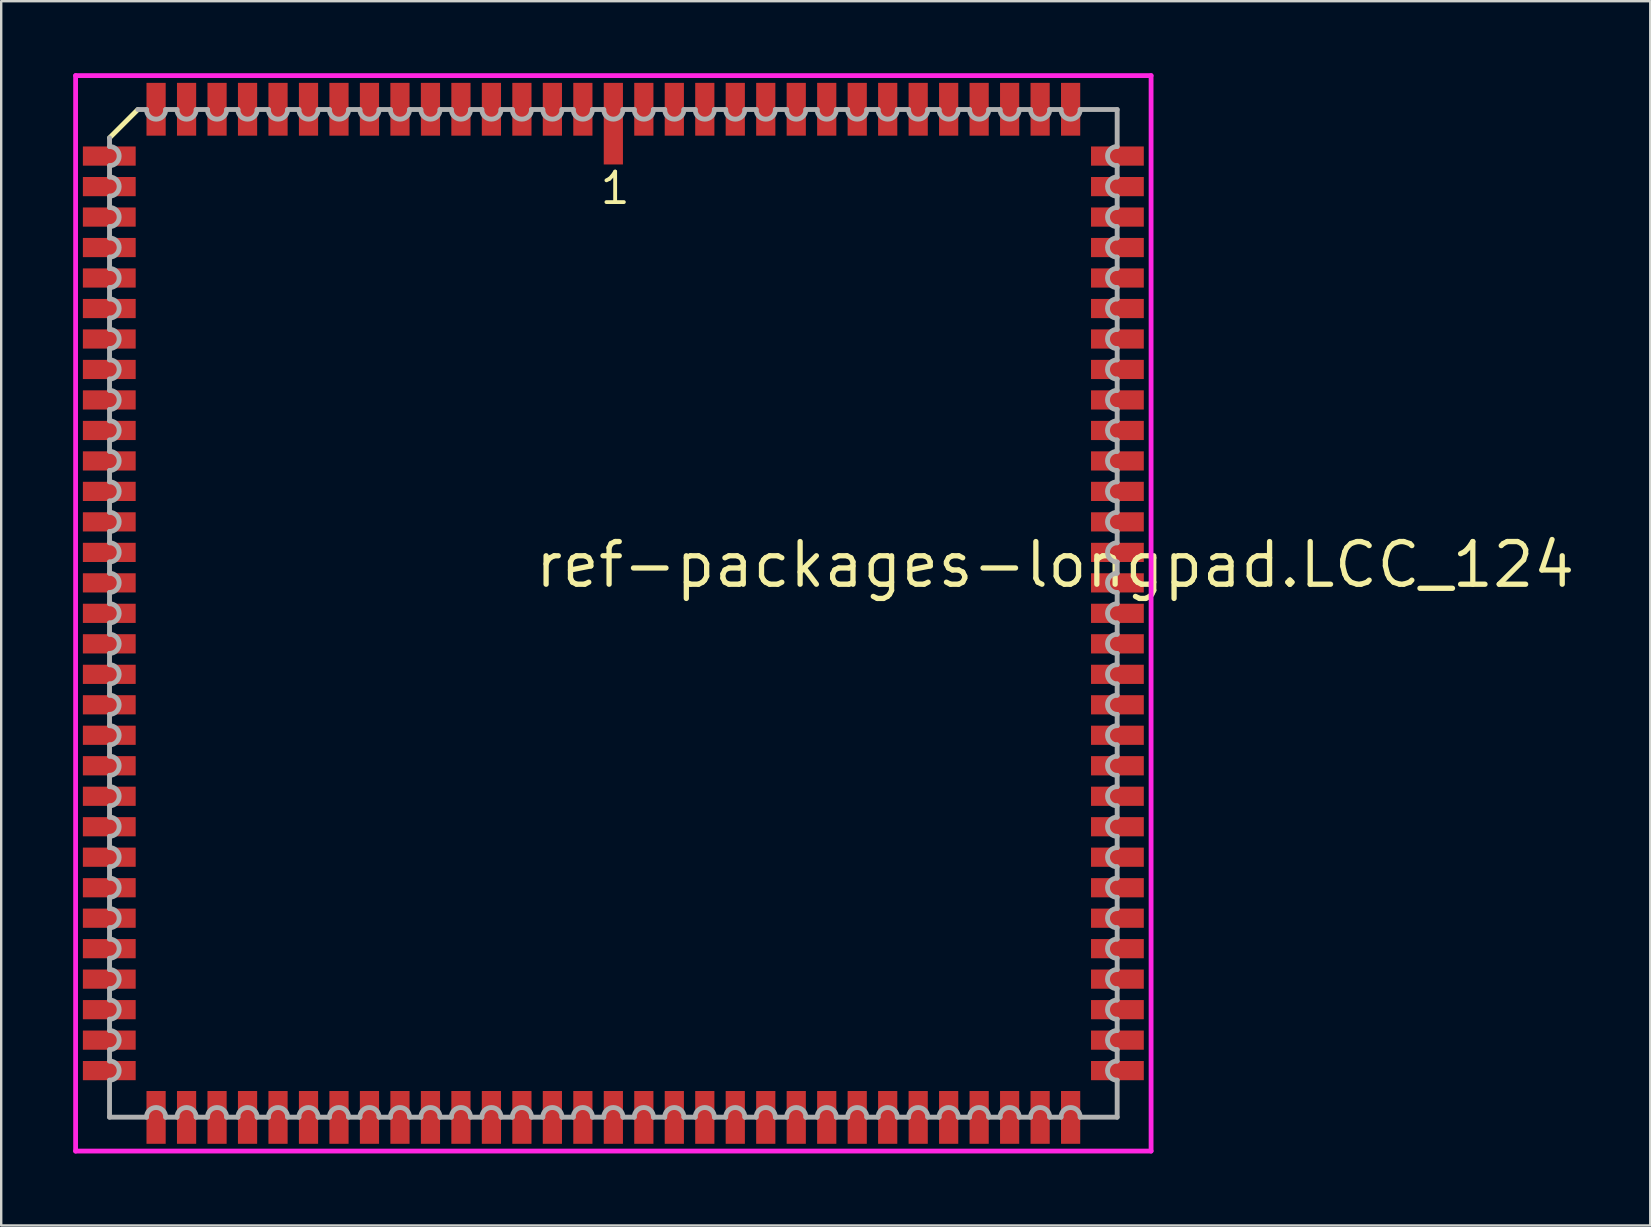
<source format=kicad_pcb>
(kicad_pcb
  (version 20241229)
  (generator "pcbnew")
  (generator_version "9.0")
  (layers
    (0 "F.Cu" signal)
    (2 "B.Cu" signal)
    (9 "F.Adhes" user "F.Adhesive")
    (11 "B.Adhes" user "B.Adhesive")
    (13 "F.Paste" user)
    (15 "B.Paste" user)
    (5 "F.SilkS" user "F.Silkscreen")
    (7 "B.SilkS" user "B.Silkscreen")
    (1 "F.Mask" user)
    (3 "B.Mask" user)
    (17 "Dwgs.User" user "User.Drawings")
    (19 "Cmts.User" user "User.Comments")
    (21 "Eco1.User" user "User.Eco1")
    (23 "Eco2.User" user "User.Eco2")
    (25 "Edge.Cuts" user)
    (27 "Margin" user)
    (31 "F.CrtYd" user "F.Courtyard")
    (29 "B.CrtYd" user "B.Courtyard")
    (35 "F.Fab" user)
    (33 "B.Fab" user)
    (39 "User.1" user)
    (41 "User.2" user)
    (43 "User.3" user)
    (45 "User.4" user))
  (footprint "ref-packages-longpad.LCC_124"
    (layer "F.Cu")
    (at 22.503 22.503)
    (property "Reference" "ref-packages-longpad.LCC_124" (at -3.37 -0.985 0) (layer "F.SilkS") (effects (font (size 1.778 1.778) (thickness 0.22)) (justify left bottom)))
    (attr smd)
    (fp_line (start -19.81 -20.99) (end -20.99 -19.81) (stroke (width 0.203) (type default)) (layer "F.SilkS"))
    (fp_line (start -22.403 -22.403) (end 22.403 -22.403) (stroke (width 0.2) (type default)) (layer "F.CrtYd"))
    (fp_line (start -22.403 22.403) (end -22.403 -22.403) (stroke (width 0.2) (type default)) (layer "F.CrtYd"))
    (fp_line (start 22.403 -22.403) (end 22.403 22.403) (stroke (width 0.2) (type default)) (layer "F.CrtYd"))
    (fp_line (start 22.403 22.403) (end -22.403 22.403) (stroke (width 0.2) (type default)) (layer "F.CrtYd"))
    (fp_line (start -20.99 -19.81) (end -20.99 -19.45) (stroke (width 0.203) (type default)) (layer "F.Fab"))
    (fp_line (start -20.99 -18.65) (end -20.99 -18.18) (stroke (width 0.203) (type default)) (layer "F.Fab"))
    (fp_line (start -20.99 -17.38) (end -20.99 -16.91) (stroke (width 0.203) (type default)) (layer "F.Fab"))
    (fp_line (start -20.99 -16.11) (end -20.99 -15.64) (stroke (width 0.203) (type default)) (layer "F.Fab"))
    (fp_line (start -20.99 -14.84) (end -20.99 -14.37) (stroke (width 0.203) (type default)) (layer "F.Fab"))
    (fp_line (start -20.99 -13.57) (end -20.99 -13.1) (stroke (width 0.203) (type default)) (layer "F.Fab"))
    (fp_line (start -20.99 -12.3) (end -20.99 -11.83) (stroke (width 0.203) (type default)) (layer "F.Fab"))
    (fp_line (start -20.99 -11.03) (end -20.99 -10.56) (stroke (width 0.203) (type default)) (layer "F.Fab"))
    (fp_line (start -20.99 -9.76) (end -20.99 -9.29) (stroke (width 0.203) (type default)) (layer "F.Fab"))
    (fp_line (start -20.99 -8.49) (end -20.99 -8.02) (stroke (width 0.203) (type default)) (layer "F.Fab"))
    (fp_line (start -20.99 -7.22) (end -20.99 -6.75) (stroke (width 0.203) (type default)) (layer "F.Fab"))
    (fp_line (start -20.99 -5.95) (end -20.99 -5.48) (stroke (width 0.203) (type default)) (layer "F.Fab"))
    (fp_line (start -20.99 -4.68) (end -20.99 -4.21) (stroke (width 0.203) (type default)) (layer "F.Fab"))
    (fp_line (start -20.99 -3.41) (end -20.99 -2.94) (stroke (width 0.203) (type default)) (layer "F.Fab"))
    (fp_line (start -20.99 -2.14) (end -20.99 -1.67) (stroke (width 0.203) (type default)) (layer "F.Fab"))
    (fp_line (start -20.99 -0.87) (end -20.99 -0.4) (stroke (width 0.203) (type default)) (layer "F.Fab"))
    (fp_line (start -20.99 0.4) (end -20.99 0.87) (stroke (width 0.203) (type default)) (layer "F.Fab"))
    (fp_line (start -20.99 1.67) (end -20.99 2.14) (stroke (width 0.203) (type default)) (layer "F.Fab"))
    (fp_line (start -20.99 2.94) (end -20.99 3.41) (stroke (width 0.203) (type default)) (layer "F.Fab"))
    (fp_line (start -20.99 4.21) (end -20.99 4.68) (stroke (width 0.203) (type default)) (layer "F.Fab"))
    (fp_line (start -20.99 5.48) (end -20.99 5.95) (stroke (width 0.203) (type default)) (layer "F.Fab"))
    (fp_line (start -20.99 6.75) (end -20.99 7.22) (stroke (width 0.203) (type default)) (layer "F.Fab"))
    (fp_line (start -20.99 8.02) (end -20.99 8.49) (stroke (width 0.203) (type default)) (layer "F.Fab"))
    (fp_line (start -20.99 9.29) (end -20.99 9.76) (stroke (width 0.203) (type default)) (layer "F.Fab"))
    (fp_line (start -20.99 10.56) (end -20.99 11.03) (stroke (width 0.203) (type default)) (layer "F.Fab"))
    (fp_line (start -20.99 11.83) (end -20.99 12.3) (stroke (width 0.203) (type default)) (layer "F.Fab"))
    (fp_line (start -20.99 13.1) (end -20.99 13.57) (stroke (width 0.203) (type default)) (layer "F.Fab"))
    (fp_line (start -20.99 14.37) (end -20.99 14.84) (stroke (width 0.203) (type default)) (layer "F.Fab"))
    (fp_line (start -20.99 15.64) (end -20.99 16.11) (stroke (width 0.203) (type default)) (layer "F.Fab"))
    (fp_line (start -20.99 16.91) (end -20.99 17.38) (stroke (width 0.203) (type default)) (layer "F.Fab"))
    (fp_line (start -20.99 18.18) (end -20.99 18.65) (stroke (width 0.203) (type default)) (layer "F.Fab"))
    (fp_line (start -20.99 19.45) (end -20.99 20.99) (stroke (width 0.203) (type default)) (layer "F.Fab"))
    (fp_line (start -20.99 20.99) (end -19.45 20.99) (stroke (width 0.203) (type default)) (layer "F.Fab"))
    (fp_line (start -19.45 -20.99) (end -19.81 -20.99) (stroke (width 0.203) (type default)) (layer "F.Fab"))
    (fp_line (start -18.65 20.99) (end -18.18 20.99) (stroke (width 0.203) (type default)) (layer "F.Fab"))
    (fp_line (start -18.18 -20.99) (end -18.65 -20.99) (stroke (width 0.203) (type default)) (layer "F.Fab"))
    (fp_line (start -17.38 20.99) (end -16.91 20.99) (stroke (width 0.203) (type default)) (layer "F.Fab"))
    (fp_line (start -16.91 -20.99) (end -17.38 -20.99) (stroke (width 0.203) (type default)) (layer "F.Fab"))
    (fp_line (start -16.11 20.99) (end -15.64 20.99) (stroke (width 0.203) (type default)) (layer "F.Fab"))
    (fp_line (start -15.64 -20.99) (end -16.11 -20.99) (stroke (width 0.203) (type default)) (layer "F.Fab"))
    (fp_line (start -14.84 20.99) (end -14.37 20.99) (stroke (width 0.203) (type default)) (layer "F.Fab"))
    (fp_line (start -14.37 -20.99) (end -14.84 -20.99) (stroke (width 0.203) (type default)) (layer "F.Fab"))
    (fp_line (start -13.57 20.99) (end -13.1 20.99) (stroke (width 0.203) (type default)) (layer "F.Fab"))
    (fp_line (start -13.1 -20.99) (end -13.57 -20.99) (stroke (width 0.203) (type default)) (layer "F.Fab"))
    (fp_line (start -12.3 20.99) (end -11.83 20.99) (stroke (width 0.203) (type default)) (layer "F.Fab"))
    (fp_line (start -11.83 -20.99) (end -12.3 -20.99) (stroke (width 0.203) (type default)) (layer "F.Fab"))
    (fp_line (start -11.03 20.99) (end -10.56 20.99) (stroke (width 0.203) (type default)) (layer "F.Fab"))
    (fp_line (start -10.56 -20.99) (end -11.03 -20.99) (stroke (width 0.203) (type default)) (layer "F.Fab"))
    (fp_line (start -9.76 20.99) (end -9.29 20.99) (stroke (width 0.203) (type default)) (layer "F.Fab"))
    (fp_line (start -9.29 -20.99) (end -9.76 -20.99) (stroke (width 0.203) (type default)) (layer "F.Fab"))
    (fp_line (start -8.49 20.99) (end -8.02 20.99) (stroke (width 0.203) (type default)) (layer "F.Fab"))
    (fp_line (start -8.02 -20.99) (end -8.49 -20.99) (stroke (width 0.203) (type default)) (layer "F.Fab"))
    (fp_line (start -7.22 20.99) (end -6.75 20.99) (stroke (width 0.203) (type default)) (layer "F.Fab"))
    (fp_line (start -6.75 -20.99) (end -7.22 -20.99) (stroke (width 0.203) (type default)) (layer "F.Fab"))
    (fp_line (start -5.95 20.99) (end -5.48 20.99) (stroke (width 0.203) (type default)) (layer "F.Fab"))
    (fp_line (start -5.48 -20.99) (end -5.95 -20.99) (stroke (width 0.203) (type default)) (layer "F.Fab"))
    (fp_line (start -4.68 20.99) (end -4.21 20.99) (stroke (width 0.203) (type default)) (layer "F.Fab"))
    (fp_line (start -4.21 -20.99) (end -4.68 -20.99) (stroke (width 0.203) (type default)) (layer "F.Fab"))
    (fp_line (start -3.41 20.99) (end -2.94 20.99) (stroke (width 0.203) (type default)) (layer "F.Fab"))
    (fp_line (start -2.94 -20.99) (end -3.41 -20.99) (stroke (width 0.203) (type default)) (layer "F.Fab"))
    (fp_line (start -2.14 20.99) (end -1.67 20.99) (stroke (width 0.203) (type default)) (layer "F.Fab"))
    (fp_line (start -1.67 -20.99) (end -2.14 -20.99) (stroke (width 0.203) (type default)) (layer "F.Fab"))
    (fp_line (start -0.87 20.99) (end -0.4 20.99) (stroke (width 0.203) (type default)) (layer "F.Fab"))
    (fp_line (start -0.4 -20.99) (end -0.87 -20.99) (stroke (width 0.203) (type default)) (layer "F.Fab"))
    (fp_line (start 0.4 20.99) (end 0.87 20.99) (stroke (width 0.203) (type default)) (layer "F.Fab"))
    (fp_line (start 0.87 -20.99) (end 0.4 -20.99) (stroke (width 0.203) (type default)) (layer "F.Fab"))
    (fp_line (start 1.67 20.99) (end 2.14 20.99) (stroke (width 0.203) (type default)) (layer "F.Fab"))
    (fp_line (start 2.14 -20.99) (end 1.67 -20.99) (stroke (width 0.203) (type default)) (layer "F.Fab"))
    (fp_line (start 2.94 20.99) (end 3.41 20.99) (stroke (width 0.203) (type default)) (layer "F.Fab"))
    (fp_line (start 3.41 -20.99) (end 2.94 -20.99) (stroke (width 0.203) (type default)) (layer "F.Fab"))
    (fp_line (start 4.21 20.99) (end 4.68 20.99) (stroke (width 0.203) (type default)) (layer "F.Fab"))
    (fp_line (start 4.68 -20.99) (end 4.21 -20.99) (stroke (width 0.203) (type default)) (layer "F.Fab"))
    (fp_line (start 5.48 20.99) (end 5.95 20.99) (stroke (width 0.203) (type default)) (layer "F.Fab"))
    (fp_line (start 5.95 -20.99) (end 5.48 -20.99) (stroke (width 0.203) (type default)) (layer "F.Fab"))
    (fp_line (start 6.75 20.99) (end 7.22 20.99) (stroke (width 0.203) (type default)) (layer "F.Fab"))
    (fp_line (start 7.22 -20.99) (end 6.75 -20.99) (stroke (width 0.203) (type default)) (layer "F.Fab"))
    (fp_line (start 8.02 20.99) (end 8.49 20.99) (stroke (width 0.203) (type default)) (layer "F.Fab"))
    (fp_line (start 8.49 -20.99) (end 8.02 -20.99) (stroke (width 0.203) (type default)) (layer "F.Fab"))
    (fp_line (start 9.29 20.99) (end 9.76 20.99) (stroke (width 0.203) (type default)) (layer "F.Fab"))
    (fp_line (start 9.76 -20.99) (end 9.29 -20.99) (stroke (width 0.203) (type default)) (layer "F.Fab"))
    (fp_line (start 10.56 20.99) (end 11.03 20.99) (stroke (width 0.203) (type default)) (layer "F.Fab"))
    (fp_line (start 11.03 -20.99) (end 10.56 -20.99) (stroke (width 0.203) (type default)) (layer "F.Fab"))
    (fp_line (start 11.83 20.99) (end 12.3 20.99) (stroke (width 0.203) (type default)) (layer "F.Fab"))
    (fp_line (start 12.3 -20.99) (end 11.83 -20.99) (stroke (width 0.203) (type default)) (layer "F.Fab"))
    (fp_line (start 13.1 20.99) (end 13.57 20.99) (stroke (width 0.203) (type default)) (layer "F.Fab"))
    (fp_line (start 13.57 -20.99) (end 13.1 -20.99) (stroke (width 0.203) (type default)) (layer "F.Fab"))
    (fp_line (start 14.37 20.99) (end 14.84 20.99) (stroke (width 0.203) (type default)) (layer "F.Fab"))
    (fp_line (start 14.84 -20.99) (end 14.37 -20.99) (stroke (width 0.203) (type default)) (layer "F.Fab"))
    (fp_line (start 15.64 20.99) (end 16.11 20.99) (stroke (width 0.203) (type default)) (layer "F.Fab"))
    (fp_line (start 16.11 -20.99) (end 15.64 -20.99) (stroke (width 0.203) (type default)) (layer "F.Fab"))
    (fp_line (start 16.91 20.99) (end 17.38 20.99) (stroke (width 0.203) (type default)) (layer "F.Fab"))
    (fp_line (start 17.38 -20.99) (end 16.91 -20.99) (stroke (width 0.203) (type default)) (layer "F.Fab"))
    (fp_line (start 18.18 20.99) (end 18.65 20.99) (stroke (width 0.203) (type default)) (layer "F.Fab"))
    (fp_line (start 18.65 -20.99) (end 18.18 -20.99) (stroke (width 0.203) (type default)) (layer "F.Fab"))
    (fp_line (start 19.45 20.99) (end 20.99 20.99) (stroke (width 0.203) (type default)) (layer "F.Fab"))
    (fp_line (start 20.99 -20.99) (end 19.45 -20.99) (stroke (width 0.203) (type default)) (layer "F.Fab"))
    (fp_line (start 20.99 -19.45) (end 20.99 -20.99) (stroke (width 0.203) (type default)) (layer "F.Fab"))
    (fp_line (start 20.99 -18.18) (end 20.99 -18.65) (stroke (width 0.203) (type default)) (layer "F.Fab"))
    (fp_line (start 20.99 -16.91) (end 20.99 -17.38) (stroke (width 0.203) (type default)) (layer "F.Fab"))
    (fp_line (start 20.99 -15.64) (end 20.99 -16.11) (stroke (width 0.203) (type default)) (layer "F.Fab"))
    (fp_line (start 20.99 -14.37) (end 20.99 -14.84) (stroke (width 0.203) (type default)) (layer "F.Fab"))
    (fp_line (start 20.99 -13.1) (end 20.99 -13.57) (stroke (width 0.203) (type default)) (layer "F.Fab"))
    (fp_line (start 20.99 -11.83) (end 20.99 -12.3) (stroke (width 0.203) (type default)) (layer "F.Fab"))
    (fp_line (start 20.99 -10.56) (end 20.99 -11.03) (stroke (width 0.203) (type default)) (layer "F.Fab"))
    (fp_line (start 20.99 -9.29) (end 20.99 -9.76) (stroke (width 0.203) (type default)) (layer "F.Fab"))
    (fp_line (start 20.99 -8.02) (end 20.99 -8.49) (stroke (width 0.203) (type default)) (layer "F.Fab"))
    (fp_line (start 20.99 -6.75) (end 20.99 -7.22) (stroke (width 0.203) (type default)) (layer "F.Fab"))
    (fp_line (start 20.99 -5.48) (end 20.99 -5.95) (stroke (width 0.203) (type default)) (layer "F.Fab"))
    (fp_line (start 20.99 -4.21) (end 20.99 -4.68) (stroke (width 0.203) (type default)) (layer "F.Fab"))
    (fp_line (start 20.99 -2.94) (end 20.99 -3.41) (stroke (width 0.203) (type default)) (layer "F.Fab"))
    (fp_line (start 20.99 -1.67) (end 20.99 -2.14) (stroke (width 0.203) (type default)) (layer "F.Fab"))
    (fp_line (start 20.99 -0.4) (end 20.99 -0.87) (stroke (width 0.203) (type default)) (layer "F.Fab"))
    (fp_line (start 20.99 0.87) (end 20.99 0.4) (stroke (width 0.203) (type default)) (layer "F.Fab"))
    (fp_line (start 20.99 2.14) (end 20.99 1.67) (stroke (width 0.203) (type default)) (layer "F.Fab"))
    (fp_line (start 20.99 3.41) (end 20.99 2.94) (stroke (width 0.203) (type default)) (layer "F.Fab"))
    (fp_line (start 20.99 4.68) (end 20.99 4.21) (stroke (width 0.203) (type default)) (layer "F.Fab"))
    (fp_line (start 20.99 5.95) (end 20.99 5.48) (stroke (width 0.203) (type default)) (layer "F.Fab"))
    (fp_line (start 20.99 7.22) (end 20.99 6.75) (stroke (width 0.203) (type default)) (layer "F.Fab"))
    (fp_line (start 20.99 8.49) (end 20.99 8.02) (stroke (width 0.203) (type default)) (layer "F.Fab"))
    (fp_line (start 20.99 9.76) (end 20.99 9.29) (stroke (width 0.203) (type default)) (layer "F.Fab"))
    (fp_line (start 20.99 11.03) (end 20.99 10.56) (stroke (width 0.203) (type default)) (layer "F.Fab"))
    (fp_line (start 20.99 12.3) (end 20.99 11.83) (stroke (width 0.203) (type default)) (layer "F.Fab"))
    (fp_line (start 20.99 13.57) (end 20.99 13.1) (stroke (width 0.203) (type default)) (layer "F.Fab"))
    (fp_line (start 20.99 14.84) (end 20.99 14.37) (stroke (width 0.203) (type default)) (layer "F.Fab"))
    (fp_line (start 20.99 16.11) (end 20.99 15.64) (stroke (width 0.203) (type default)) (layer "F.Fab"))
    (fp_line (start 20.99 17.38) (end 20.99 16.91) (stroke (width 0.203) (type default)) (layer "F.Fab"))
    (fp_line (start 20.99 18.65) (end 20.99 18.18) (stroke (width 0.203) (type default)) (layer "F.Fab"))
    (fp_line (start 20.99 20.99) (end 20.99 19.45) (stroke (width 0.203) (type default)) (layer "F.Fab"))
    (fp_arc (start -20.9883 -19.45) (mid -20.5883 -19.05) (end -20.9883 -18.65) (stroke (width 0.2032) (type default)) (layer "F.Fab"))
    (fp_arc (start -20.9883 -18.18) (mid -20.5883 -17.78) (end -20.9883 -17.38) (stroke (width 0.2032) (type default)) (layer "F.Fab"))
    (fp_arc (start -20.9883 -16.91) (mid -20.5883 -16.51) (end -20.9883 -16.11) (stroke (width 0.2032) (type default)) (layer "F.Fab"))
    (fp_arc (start -20.9883 -15.64) (mid -20.5883 -15.24) (end -20.9883 -14.84) (stroke (width 0.2032) (type default)) (layer "F.Fab"))
    (fp_arc (start -20.9883 -14.37) (mid -20.5883 -13.97) (end -20.9883 -13.57) (stroke (width 0.2032) (type default)) (layer "F.Fab"))
    (fp_arc (start -20.9883 -13.1) (mid -20.5883 -12.7) (end -20.9883 -12.3) (stroke (width 0.2032) (type default)) (layer "F.Fab"))
    (fp_arc (start -20.9883 -11.83) (mid -20.5883 -11.43) (end -20.9883 -11.03) (stroke (width 0.2032) (type default)) (layer "F.Fab"))
    (fp_arc (start -20.9883 -10.56) (mid -20.5883 -10.16) (end -20.9883 -9.76) (stroke (width 0.2032) (type default)) (layer "F.Fab"))
    (fp_arc (start -20.9883 -9.29) (mid -20.5883 -8.89) (end -20.9883 -8.49) (stroke (width 0.2032) (type default)) (layer "F.Fab"))
    (fp_arc (start -20.9883 -8.02) (mid -20.5883 -7.62) (end -20.9883 -7.22) (stroke (width 0.2032) (type default)) (layer "F.Fab"))
    (fp_arc (start -20.9883 -6.75) (mid -20.5883 -6.35) (end -20.9883 -5.95) (stroke (width 0.2032) (type default)) (layer "F.Fab"))
    (fp_arc (start -20.9883 -5.48) (mid -20.5883 -5.08) (end -20.9883 -4.68) (stroke (width 0.2032) (type default)) (layer "F.Fab"))
    (fp_arc (start -20.9883 -4.21) (mid -20.5883 -3.81) (end -20.9883 -3.41) (stroke (width 0.2032) (type default)) (layer "F.Fab"))
    (fp_arc (start -20.9883 -2.94) (mid -20.5883 -2.54) (end -20.9883 -2.14) (stroke (width 0.2032) (type default)) (layer "F.Fab"))
    (fp_arc (start -20.9883 -1.67) (mid -20.5883 -1.27) (end -20.9883 -0.87) (stroke (width 0.2032) (type default)) (layer "F.Fab"))
    (fp_arc (start -20.9883 -0.4001) (mid -20.5882 0) (end -20.9883 0.4001) (stroke (width 0.2032) (type default)) (layer "F.Fab"))
    (fp_arc (start -20.9883 0.8699) (mid -20.5882 1.27) (end -20.9883 1.6701) (stroke (width 0.2032) (type default)) (layer "F.Fab"))
    (fp_arc (start -20.9883 2.1399) (mid -20.5882 2.54) (end -20.9883 2.9401) (stroke (width 0.2032) (type default)) (layer "F.Fab"))
    (fp_arc (start -20.9883 3.4099) (mid -20.5882 3.81) (end -20.9883 4.2101) (stroke (width 0.2032) (type default)) (layer "F.Fab"))
    (fp_arc (start -20.9883 4.6799) (mid -20.5882 5.08) (end -20.9883 5.4801) (stroke (width 0.2032) (type default)) (layer "F.Fab"))
    (fp_arc (start -20.9883 5.9499) (mid -20.5882 6.35) (end -20.9883 6.7501) (stroke (width 0.2032) (type default)) (layer "F.Fab"))
    (fp_arc (start -20.9883 7.2199) (mid -20.5882 7.62) (end -20.9883 8.0201) (stroke (width 0.2032) (type default)) (layer "F.Fab"))
    (fp_arc (start -20.9883 8.4899) (mid -20.5882 8.89) (end -20.9883 9.2901) (stroke (width 0.2032) (type default)) (layer "F.Fab"))
    (fp_arc (start -20.9883 9.7599) (mid -20.5882 10.16) (end -20.9883 10.5601) (stroke (width 0.2032) (type default)) (layer "F.Fab"))
    (fp_arc (start -20.9883 11.0299) (mid -20.5882 11.43) (end -20.9883 11.8301) (stroke (width 0.2032) (type default)) (layer "F.Fab"))
    (fp_arc (start -20.9883 12.2999) (mid -20.5882 12.7) (end -20.9883 13.1001) (stroke (width 0.2032) (type default)) (layer "F.Fab"))
    (fp_arc (start -20.9883 13.5699) (mid -20.5882 13.97) (end -20.9883 14.3701) (stroke (width 0.2032) (type default)) (layer "F.Fab"))
    (fp_arc (start -20.9883 14.8399) (mid -20.5882 15.24) (end -20.9883 15.6401) (stroke (width 0.2032) (type default)) (layer "F.Fab"))
    (fp_arc (start -20.9883 16.1099) (mid -20.5882 16.51) (end -20.9883 16.9101) (stroke (width 0.2032) (type default)) (layer "F.Fab"))
    (fp_arc (start -20.9883 17.3799) (mid -20.5882 17.78) (end -20.9883 18.1801) (stroke (width 0.2032) (type default)) (layer "F.Fab"))
    (fp_arc (start -20.9883 18.6499) (mid -20.5882 19.05) (end -20.9883 19.4501) (stroke (width 0.2032) (type default)) (layer "F.Fab"))
    (fp_arc (start -19.4501 20.9883) (mid -19.05 20.5882) (end -18.6499 20.9883) (stroke (width 0.2032) (type default)) (layer "F.Fab"))
    (fp_arc (start -18.6499 -20.9883) (mid -19.05 -20.5882) (end -19.4501 -20.9883) (stroke (width 0.2032) (type default)) (layer "F.Fab"))
    (fp_arc (start -18.1801 20.9883) (mid -17.78 20.5882) (end -17.3799 20.9883) (stroke (width 0.2032) (type default)) (layer "F.Fab"))
    (fp_arc (start -17.3799 -20.9883) (mid -17.78 -20.5882) (end -18.1801 -20.9883) (stroke (width 0.2032) (type default)) (layer "F.Fab"))
    (fp_arc (start -16.9101 20.9883) (mid -16.51 20.5882) (end -16.1099 20.9883) (stroke (width 0.2032) (type default)) (layer "F.Fab"))
    (fp_arc (start -16.1099 -20.9883) (mid -16.51 -20.5882) (end -16.9101 -20.9883) (stroke (width 0.2032) (type default)) (layer "F.Fab"))
    (fp_arc (start -15.6401 20.9883) (mid -15.24 20.5882) (end -14.8399 20.9883) (stroke (width 0.2032) (type default)) (layer "F.Fab"))
    (fp_arc (start -14.8399 -20.9883) (mid -15.24 -20.5882) (end -15.6401 -20.9883) (stroke (width 0.2032) (type default)) (layer "F.Fab"))
    (fp_arc (start -14.3701 20.9883) (mid -13.97 20.5882) (end -13.5699 20.9883) (stroke (width 0.2032) (type default)) (layer "F.Fab"))
    (fp_arc (start -13.5699 -20.9883) (mid -13.97 -20.5882) (end -14.3701 -20.9883) (stroke (width 0.2032) (type default)) (layer "F.Fab"))
    (fp_arc (start -13.1001 20.9883) (mid -12.7 20.5882) (end -12.2999 20.9883) (stroke (width 0.2032) (type default)) (layer "F.Fab"))
    (fp_arc (start -12.2999 -20.9883) (mid -12.7 -20.5882) (end -13.1001 -20.9883) (stroke (width 0.2032) (type default)) (layer "F.Fab"))
    (fp_arc (start -11.8301 20.9883) (mid -11.43 20.5882) (end -11.0299 20.9883) (stroke (width 0.2032) (type default)) (layer "F.Fab"))
    (fp_arc (start -11.0299 -20.9883) (mid -11.43 -20.5882) (end -11.8301 -20.9883) (stroke (width 0.2032) (type default)) (layer "F.Fab"))
    (fp_arc (start -10.5601 20.9883) (mid -10.16 20.5882) (end -9.7599 20.9883) (stroke (width 0.2032) (type default)) (layer "F.Fab"))
    (fp_arc (start -9.7599 -20.9883) (mid -10.16 -20.5882) (end -10.5601 -20.9883) (stroke (width 0.2032) (type default)) (layer "F.Fab"))
    (fp_arc (start -9.2901 20.9883) (mid -8.89 20.5882) (end -8.4899 20.9883) (stroke (width 0.2032) (type default)) (layer "F.Fab"))
    (fp_arc (start -8.4899 -20.9883) (mid -8.89 -20.5882) (end -9.2901 -20.9883) (stroke (width 0.2032) (type default)) (layer "F.Fab"))
    (fp_arc (start -8.0201 20.9883) (mid -7.62 20.5882) (end -7.2199 20.9883) (stroke (width 0.2032) (type default)) (layer "F.Fab"))
    (fp_arc (start -7.2199 -20.9883) (mid -7.62 -20.5882) (end -8.0201 -20.9883) (stroke (width 0.2032) (type default)) (layer "F.Fab"))
    (fp_arc (start -6.7501 20.9883) (mid -6.35 20.5882) (end -5.9499 20.9883) (stroke (width 0.2032) (type default)) (layer "F.Fab"))
    (fp_arc (start -5.9499 -20.9883) (mid -6.35 -20.5882) (end -6.7501 -20.9883) (stroke (width 0.2032) (type default)) (layer "F.Fab"))
    (fp_arc (start -5.4801 20.9883) (mid -5.08 20.5882) (end -4.6799 20.9883) (stroke (width 0.2032) (type default)) (layer "F.Fab"))
    (fp_arc (start -4.6799 -20.9883) (mid -5.08 -20.5882) (end -5.4801 -20.9883) (stroke (width 0.2032) (type default)) (layer "F.Fab"))
    (fp_arc (start -4.2101 20.9883) (mid -3.81 20.5882) (end -3.4099 20.9883) (stroke (width 0.2032) (type default)) (layer "F.Fab"))
    (fp_arc (start -3.4099 -20.9883) (mid -3.81 -20.5882) (end -4.2101 -20.9883) (stroke (width 0.2032) (type default)) (layer "F.Fab"))
    (fp_arc (start -2.9401 20.9883) (mid -2.54 20.5882) (end -2.1399 20.9883) (stroke (width 0.2032) (type default)) (layer "F.Fab"))
    (fp_arc (start -2.1399 -20.9883) (mid -2.54 -20.5882) (end -2.9401 -20.9883) (stroke (width 0.2032) (type default)) (layer "F.Fab"))
    (fp_arc (start -1.6701 20.9883) (mid -1.27 20.5882) (end -0.8699 20.9883) (stroke (width 0.2032) (type default)) (layer "F.Fab"))
    (fp_arc (start -0.8699 -20.9883) (mid -1.27 -20.5882) (end -1.6701 -20.9883) (stroke (width 0.2032) (type default)) (layer "F.Fab"))
    (fp_arc (start -0.4001 20.9883) (mid 0 20.5882) (end 0.4001 20.9883) (stroke (width 0.2032) (type default)) (layer "F.Fab"))
    (fp_arc (start 0.4001 -20.9883) (mid 0 -20.5882) (end -0.4001 -20.9883) (stroke (width 0.2032) (type default)) (layer "F.Fab"))
    (fp_arc (start 0.87 20.9883) (mid 1.27 20.5883) (end 1.67 20.9883) (stroke (width 0.2032) (type default)) (layer "F.Fab"))
    (fp_arc (start 1.67 -20.9883) (mid 1.27 -20.5883) (end 0.87 -20.9883) (stroke (width 0.2032) (type default)) (layer "F.Fab"))
    (fp_arc (start 2.14 20.9883) (mid 2.54 20.5883) (end 2.94 20.9883) (stroke (width 0.2032) (type default)) (layer "F.Fab"))
    (fp_arc (start 2.94 -20.9883) (mid 2.54 -20.5883) (end 2.14 -20.9883) (stroke (width 0.2032) (type default)) (layer "F.Fab"))
    (fp_arc (start 3.41 20.9883) (mid 3.81 20.5883) (end 4.21 20.9883) (stroke (width 0.2032) (type default)) (layer "F.Fab"))
    (fp_arc (start 4.21 -20.9883) (mid 3.81 -20.5883) (end 3.41 -20.9883) (stroke (width 0.2032) (type default)) (layer "F.Fab"))
    (fp_arc (start 4.68 20.9883) (mid 5.08 20.5883) (end 5.48 20.9883) (stroke (width 0.2032) (type default)) (layer "F.Fab"))
    (fp_arc (start 5.48 -20.9883) (mid 5.08 -20.5883) (end 4.68 -20.9883) (stroke (width 0.2032) (type default)) (layer "F.Fab"))
    (fp_arc (start 5.95 20.9883) (mid 6.35 20.5883) (end 6.75 20.9883) (stroke (width 0.2032) (type default)) (layer "F.Fab"))
    (fp_arc (start 6.75 -20.9883) (mid 6.35 -20.5883) (end 5.95 -20.9883) (stroke (width 0.2032) (type default)) (layer "F.Fab"))
    (fp_arc (start 7.22 20.9883) (mid 7.62 20.5883) (end 8.02 20.9883) (stroke (width 0.2032) (type default)) (layer "F.Fab"))
    (fp_arc (start 8.02 -20.9883) (mid 7.62 -20.5883) (end 7.22 -20.9883) (stroke (width 0.2032) (type default)) (layer "F.Fab"))
    (fp_arc (start 8.49 20.9883) (mid 8.89 20.5883) (end 9.29 20.9883) (stroke (width 0.2032) (type default)) (layer "F.Fab"))
    (fp_arc (start 9.29 -20.9883) (mid 8.89 -20.5883) (end 8.49 -20.9883) (stroke (width 0.2032) (type default)) (layer "F.Fab"))
    (fp_arc (start 9.76 20.9883) (mid 10.16 20.5883) (end 10.56 20.9883) (stroke (width 0.2032) (type default)) (layer "F.Fab"))
    (fp_arc (start 10.56 -20.9883) (mid 10.16 -20.5883) (end 9.76 -20.9883) (stroke (width 0.2032) (type default)) (layer "F.Fab"))
    (fp_arc (start 11.03 20.9883) (mid 11.43 20.5883) (end 11.83 20.9883) (stroke (width 0.2032) (type default)) (layer "F.Fab"))
    (fp_arc (start 11.83 -20.9883) (mid 11.43 -20.5883) (end 11.03 -20.9883) (stroke (width 0.2032) (type default)) (layer "F.Fab"))
    (fp_arc (start 12.3 20.9883) (mid 12.7 20.5883) (end 13.1 20.9883) (stroke (width 0.2032) (type default)) (layer "F.Fab"))
    (fp_arc (start 13.1 -20.9883) (mid 12.7 -20.5883) (end 12.3 -20.9883) (stroke (width 0.2032) (type default)) (layer "F.Fab"))
    (fp_arc (start 13.57 20.9883) (mid 13.97 20.5883) (end 14.37 20.9883) (stroke (width 0.2032) (type default)) (layer "F.Fab"))
    (fp_arc (start 14.37 -20.9883) (mid 13.97 -20.5883) (end 13.57 -20.9883) (stroke (width 0.2032) (type default)) (layer "F.Fab"))
    (fp_arc (start 14.84 20.9883) (mid 15.24 20.5883) (end 15.64 20.9883) (stroke (width 0.2032) (type default)) (layer "F.Fab"))
    (fp_arc (start 15.64 -20.9883) (mid 15.24 -20.5883) (end 14.84 -20.9883) (stroke (width 0.2032) (type default)) (layer "F.Fab"))
    (fp_arc (start 16.11 20.9883) (mid 16.51 20.5883) (end 16.91 20.9883) (stroke (width 0.2032) (type default)) (layer "F.Fab"))
    (fp_arc (start 16.91 -20.9883) (mid 16.51 -20.5883) (end 16.11 -20.9883) (stroke (width 0.2032) (type default)) (layer "F.Fab"))
    (fp_arc (start 17.38 20.9883) (mid 17.78 20.5883) (end 18.18 20.9883) (stroke (width 0.2032) (type default)) (layer "F.Fab"))
    (fp_arc (start 18.18 -20.9883) (mid 17.78 -20.5883) (end 17.38 -20.9883) (stroke (width 0.2032) (type default)) (layer "F.Fab"))
    (fp_arc (start 18.65 20.9883) (mid 19.05 20.5883) (end 19.45 20.9883) (stroke (width 0.2032) (type default)) (layer "F.Fab"))
    (fp_arc (start 19.45 -20.9883) (mid 19.05 -20.5883) (end 18.65 -20.9883) (stroke (width 0.2032) (type default)) (layer "F.Fab"))
    (fp_arc (start 20.9883 -18.6499) (mid 20.5882 -19.05) (end 20.9883 -19.4501) (stroke (width 0.2032) (type default)) (layer "F.Fab"))
    (fp_arc (start 20.9883 -17.3799) (mid 20.5882 -17.78) (end 20.9883 -18.1801) (stroke (width 0.2032) (type default)) (layer "F.Fab"))
    (fp_arc (start 20.9883 -16.1099) (mid 20.5882 -16.51) (end 20.9883 -16.9101) (stroke (width 0.2032) (type default)) (layer "F.Fab"))
    (fp_arc (start 20.9883 -14.8399) (mid 20.5882 -15.24) (end 20.9883 -15.6401) (stroke (width 0.2032) (type default)) (layer "F.Fab"))
    (fp_arc (start 20.9883 -13.5699) (mid 20.5882 -13.97) (end 20.9883 -14.3701) (stroke (width 0.2032) (type default)) (layer "F.Fab"))
    (fp_arc (start 20.9883 -12.2999) (mid 20.5882 -12.7) (end 20.9883 -13.1001) (stroke (width 0.2032) (type default)) (layer "F.Fab"))
    (fp_arc (start 20.9883 -11.0299) (mid 20.5882 -11.43) (end 20.9883 -11.8301) (stroke (width 0.2032) (type default)) (layer "F.Fab"))
    (fp_arc (start 20.9883 -9.7599) (mid 20.5882 -10.16) (end 20.9883 -10.5601) (stroke (width 0.2032) (type default)) (layer "F.Fab"))
    (fp_arc (start 20.9883 -8.4899) (mid 20.5882 -8.89) (end 20.9883 -9.2901) (stroke (width 0.2032) (type default)) (layer "F.Fab"))
    (fp_arc (start 20.9883 -7.2199) (mid 20.5882 -7.62) (end 20.9883 -8.0201) (stroke (width 0.2032) (type default)) (layer "F.Fab"))
    (fp_arc (start 20.9883 -5.9499) (mid 20.5882 -6.35) (end 20.9883 -6.7501) (stroke (width 0.2032) (type default)) (layer "F.Fab"))
    (fp_arc (start 20.9883 -4.6799) (mid 20.5882 -5.08) (end 20.9883 -5.4801) (stroke (width 0.2032) (type default)) (layer "F.Fab"))
    (fp_arc (start 20.9883 -3.4099) (mid 20.5882 -3.81) (end 20.9883 -4.2101) (stroke (width 0.2032) (type default)) (layer "F.Fab"))
    (fp_arc (start 20.9883 -2.1399) (mid 20.5882 -2.54) (end 20.9883 -2.9401) (stroke (width 0.2032) (type default)) (layer "F.Fab"))
    (fp_arc (start 20.9883 -0.8699) (mid 20.5882 -1.27) (end 20.9883 -1.6701) (stroke (width 0.2032) (type default)) (layer "F.Fab"))
    (fp_arc (start 20.9883 0.4001) (mid 20.5882 0) (end 20.9883 -0.4001) (stroke (width 0.2032) (type default)) (layer "F.Fab"))
    (fp_arc (start 20.9883 1.67) (mid 20.5883 1.27) (end 20.9883 0.87) (stroke (width 0.2032) (type default)) (layer "F.Fab"))
    (fp_arc (start 20.9883 2.94) (mid 20.5883 2.54) (end 20.9883 2.14) (stroke (width 0.2032) (type default)) (layer "F.Fab"))
    (fp_arc (start 20.9883 4.21) (mid 20.5883 3.81) (end 20.9883 3.41) (stroke (width 0.2032) (type default)) (layer "F.Fab"))
    (fp_arc (start 20.9883 5.48) (mid 20.5883 5.08) (end 20.9883 4.68) (stroke (width 0.2032) (type default)) (layer "F.Fab"))
    (fp_arc (start 20.9883 6.7501) (mid 20.5882 6.35) (end 20.9883 5.9499) (stroke (width 0.2032) (type default)) (layer "F.Fab"))
    (fp_arc (start 20.9883 8.0201) (mid 20.5882 7.62) (end 20.9883 7.2199) (stroke (width 0.2032) (type default)) (layer "F.Fab"))
    (fp_arc (start 20.9883 9.2901) (mid 20.5882 8.89) (end 20.9883 8.4899) (stroke (width 0.2032) (type default)) (layer "F.Fab"))
    (fp_arc (start 20.9883 10.5601) (mid 20.5882 10.16) (end 20.9883 9.7599) (stroke (width 0.2032) (type default)) (layer "F.Fab"))
    (fp_arc (start 20.9883 11.83) (mid 20.5883 11.43) (end 20.9883 11.03) (stroke (width 0.2032) (type default)) (layer "F.Fab"))
    (fp_arc (start 20.9883 13.1) (mid 20.5883 12.7) (end 20.9883 12.3) (stroke (width 0.2032) (type default)) (layer "F.Fab"))
    (fp_arc (start 20.9883 14.37) (mid 20.5883 13.97) (end 20.9883 13.57) (stroke (width 0.2032) (type default)) (layer "F.Fab"))
    (fp_arc (start 20.9883 15.64) (mid 20.5883 15.24) (end 20.9883 14.84) (stroke (width 0.2032) (type default)) (layer "F.Fab"))
    (fp_arc (start 20.9883 16.91) (mid 20.5883 16.51) (end 20.9883 16.11) (stroke (width 0.2032) (type default)) (layer "F.Fab"))
    (fp_arc (start 20.9883 18.18) (mid 20.5883 17.78) (end 20.9883 17.38) (stroke (width 0.2032) (type default)) (layer "F.Fab"))
    (fp_arc (start 20.9883 19.45) (mid 20.5883 19.05) (end 20.9883 18.65) (stroke (width 0.2032) (type default)) (layer "F.Fab"))
    (fp_text user "1" (at -0.635 -16.97 0) (layer "F.SilkS") (effects (font (size 1.27 1.27) (thickness 0.16)) (justify left bottom)))
    (pad "1" smd roundrect (at 0 -20.4) (size 0.8 3.4) (layers "F.Cu" "F.Mask" "F.Paste") (roundrect_rratio 0.01))
    (pad "2" smd roundrect (at -1.27 -21) (size 0.8 2.2) (layers "F.Cu" "F.Mask" "F.Paste") (roundrect_rratio 0.01))
    (pad "3" smd roundrect (at -2.54 -21) (size 0.8 2.2) (layers "F.Cu" "F.Mask" "F.Paste") (roundrect_rratio 0.01))
    (pad "4" smd roundrect (at -3.81 -21) (size 0.8 2.2) (layers "F.Cu" "F.Mask" "F.Paste") (roundrect_rratio 0.01))
    (pad "5" smd roundrect (at -5.08 -21) (size 0.8 2.2) (layers "F.Cu" "F.Mask" "F.Paste") (roundrect_rratio 0.01))
    (pad "6" smd roundrect (at -6.35 -21) (size 0.8 2.2) (layers "F.Cu" "F.Mask" "F.Paste") (roundrect_rratio 0.01))
    (pad "7" smd roundrect (at -7.62 -21) (size 0.8 2.2) (layers "F.Cu" "F.Mask" "F.Paste") (roundrect_rratio 0.01))
    (pad "8" smd roundrect (at -8.89 -21) (size 0.8 2.2) (layers "F.Cu" "F.Mask" "F.Paste") (roundrect_rratio 0.01))
    (pad "9" smd roundrect (at -10.16 -21) (size 0.8 2.2) (layers "F.Cu" "F.Mask" "F.Paste") (roundrect_rratio 0.01))
    (pad "10" smd roundrect (at -11.43 -21) (size 0.8 2.2) (layers "F.Cu" "F.Mask" "F.Paste") (roundrect_rratio 0.01))
    (pad "11" smd roundrect (at -12.7 -21) (size 0.8 2.2) (layers "F.Cu" "F.Mask" "F.Paste") (roundrect_rratio 0.01))
    (pad "12" smd roundrect (at -13.97 -21) (size 0.8 2.2) (layers "F.Cu" "F.Mask" "F.Paste") (roundrect_rratio 0.01))
    (pad "13" smd roundrect (at -15.24 -21) (size 0.8 2.2) (layers "F.Cu" "F.Mask" "F.Paste") (roundrect_rratio 0.01))
    (pad "14" smd roundrect (at -16.51 -21) (size 0.8 2.2) (layers "F.Cu" "F.Mask" "F.Paste") (roundrect_rratio 0.01))
    (pad "15" smd roundrect (at -17.78 -21) (size 0.8 2.2) (layers "F.Cu" "F.Mask" "F.Paste") (roundrect_rratio 0.01))
    (pad "16" smd roundrect (at -19.05 -21) (size 0.8 2.2) (layers "F.Cu" "F.Mask" "F.Paste") (roundrect_rratio 0.01))
    (pad "17" smd roundrect (at -21 -19.05) (size 2.2 0.8) (layers "F.Cu" "F.Mask" "F.Paste") (roundrect_rratio 0.01))
    (pad "18" smd roundrect (at -21 -17.78) (size 2.2 0.8) (layers "F.Cu" "F.Mask" "F.Paste") (roundrect_rratio 0.01))
    (pad "19" smd roundrect (at -21 -16.51) (size 2.2 0.8) (layers "F.Cu" "F.Mask" "F.Paste") (roundrect_rratio 0.01))
    (pad "20" smd roundrect (at -21 -15.24) (size 2.2 0.8) (layers "F.Cu" "F.Mask" "F.Paste") (roundrect_rratio 0.01))
    (pad "21" smd roundrect (at -21 -13.97) (size 2.2 0.8) (layers "F.Cu" "F.Mask" "F.Paste") (roundrect_rratio 0.01))
    (pad "22" smd roundrect (at -21 -12.7) (size 2.2 0.8) (layers "F.Cu" "F.Mask" "F.Paste") (roundrect_rratio 0.01))
    (pad "23" smd roundrect (at -21 -11.43) (size 2.2 0.8) (layers "F.Cu" "F.Mask" "F.Paste") (roundrect_rratio 0.01))
    (pad "24" smd roundrect (at -21 -10.16) (size 2.2 0.8) (layers "F.Cu" "F.Mask" "F.Paste") (roundrect_rratio 0.01))
    (pad "25" smd roundrect (at -21 -8.89) (size 2.2 0.8) (layers "F.Cu" "F.Mask" "F.Paste") (roundrect_rratio 0.01))
    (pad "26" smd roundrect (at -21 -7.62) (size 2.2 0.8) (layers "F.Cu" "F.Mask" "F.Paste") (roundrect_rratio 0.01))
    (pad "27" smd roundrect (at -21 -6.35) (size 2.2 0.8) (layers "F.Cu" "F.Mask" "F.Paste") (roundrect_rratio 0.01))
    (pad "28" smd roundrect (at -21 -5.08) (size 2.2 0.8) (layers "F.Cu" "F.Mask" "F.Paste") (roundrect_rratio 0.01))
    (pad "29" smd roundrect (at -21 -3.81) (size 2.2 0.8) (layers "F.Cu" "F.Mask" "F.Paste") (roundrect_rratio 0.01))
    (pad "30" smd roundrect (at -21 -2.54) (size 2.2 0.8) (layers "F.Cu" "F.Mask" "F.Paste") (roundrect_rratio 0.01))
    (pad "31" smd roundrect (at -21 -1.27) (size 2.2 0.8) (layers "F.Cu" "F.Mask" "F.Paste") (roundrect_rratio 0.01))
    (pad "32" smd roundrect (at -21 0) (size 2.2 0.8) (layers "F.Cu" "F.Mask" "F.Paste") (roundrect_rratio 0.01))
    (pad "33" smd roundrect (at -21 1.27) (size 2.2 0.8) (layers "F.Cu" "F.Mask" "F.Paste") (roundrect_rratio 0.01))
    (pad "34" smd roundrect (at -21 2.54) (size 2.2 0.8) (layers "F.Cu" "F.Mask" "F.Paste") (roundrect_rratio 0.01))
    (pad "35" smd roundrect (at -21 3.81) (size 2.2 0.8) (layers "F.Cu" "F.Mask" "F.Paste") (roundrect_rratio 0.01))
    (pad "36" smd roundrect (at -21 5.08) (size 2.2 0.8) (layers "F.Cu" "F.Mask" "F.Paste") (roundrect_rratio 0.01))
    (pad "37" smd roundrect (at -21 6.35) (size 2.2 0.8) (layers "F.Cu" "F.Mask" "F.Paste") (roundrect_rratio 0.01))
    (pad "38" smd roundrect (at -21 7.62) (size 2.2 0.8) (layers "F.Cu" "F.Mask" "F.Paste") (roundrect_rratio 0.01))
    (pad "39" smd roundrect (at -21 8.89) (size 2.2 0.8) (layers "F.Cu" "F.Mask" "F.Paste") (roundrect_rratio 0.01))
    (pad "40" smd roundrect (at -21 10.16) (size 2.2 0.8) (layers "F.Cu" "F.Mask" "F.Paste") (roundrect_rratio 0.01))
    (pad "41" smd roundrect (at -21 11.43) (size 2.2 0.8) (layers "F.Cu" "F.Mask" "F.Paste") (roundrect_rratio 0.01))
    (pad "42" smd roundrect (at -21 12.7) (size 2.2 0.8) (layers "F.Cu" "F.Mask" "F.Paste") (roundrect_rratio 0.01))
    (pad "43" smd roundrect (at -21 13.97) (size 2.2 0.8) (layers "F.Cu" "F.Mask" "F.Paste") (roundrect_rratio 0.01))
    (pad "44" smd roundrect (at -21 15.24) (size 2.2 0.8) (layers "F.Cu" "F.Mask" "F.Paste") (roundrect_rratio 0.01))
    (pad "45" smd roundrect (at -21 16.51) (size 2.2 0.8) (layers "F.Cu" "F.Mask" "F.Paste") (roundrect_rratio 0.01))
    (pad "46" smd roundrect (at -21 17.78) (size 2.2 0.8) (layers "F.Cu" "F.Mask" "F.Paste") (roundrect_rratio 0.01))
    (pad "47" smd roundrect (at -21 19.05) (size 2.2 0.8) (layers "F.Cu" "F.Mask" "F.Paste") (roundrect_rratio 0.01))
    (pad "48" smd roundrect (at -19.05 21) (size 0.8 2.2) (layers "F.Cu" "F.Mask" "F.Paste") (roundrect_rratio 0.01))
    (pad "49" smd roundrect (at -17.78 21) (size 0.8 2.2) (layers "F.Cu" "F.Mask" "F.Paste") (roundrect_rratio 0.01))
    (pad "50" smd roundrect (at -16.51 21) (size 0.8 2.2) (layers "F.Cu" "F.Mask" "F.Paste") (roundrect_rratio 0.01))
    (pad "51" smd roundrect (at -15.24 21) (size 0.8 2.2) (layers "F.Cu" "F.Mask" "F.Paste") (roundrect_rratio 0.01))
    (pad "52" smd roundrect (at -13.97 21) (size 0.8 2.2) (layers "F.Cu" "F.Mask" "F.Paste") (roundrect_rratio 0.01))
    (pad "53" smd roundrect (at -12.7 21) (size 0.8 2.2) (layers "F.Cu" "F.Mask" "F.Paste") (roundrect_rratio 0.01))
    (pad "54" smd roundrect (at -11.43 21) (size 0.8 2.2) (layers "F.Cu" "F.Mask" "F.Paste") (roundrect_rratio 0.01))
    (pad "55" smd roundrect (at -10.16 21) (size 0.8 2.2) (layers "F.Cu" "F.Mask" "F.Paste") (roundrect_rratio 0.01))
    (pad "56" smd roundrect (at -8.89 21) (size 0.8 2.2) (layers "F.Cu" "F.Mask" "F.Paste") (roundrect_rratio 0.01))
    (pad "57" smd roundrect (at -7.62 21) (size 0.8 2.2) (layers "F.Cu" "F.Mask" "F.Paste") (roundrect_rratio 0.01))
    (pad "58" smd roundrect (at -6.35 21) (size 0.8 2.2) (layers "F.Cu" "F.Mask" "F.Paste") (roundrect_rratio 0.01))
    (pad "59" smd roundrect (at -5.08 21) (size 0.8 2.2) (layers "F.Cu" "F.Mask" "F.Paste") (roundrect_rratio 0.01))
    (pad "60" smd roundrect (at -3.81 21) (size 0.8 2.2) (layers "F.Cu" "F.Mask" "F.Paste") (roundrect_rratio 0.01))
    (pad "61" smd roundrect (at -2.54 21) (size 0.8 2.2) (layers "F.Cu" "F.Mask" "F.Paste") (roundrect_rratio 0.01))
    (pad "62" smd roundrect (at -1.27 21) (size 0.8 2.2) (layers "F.Cu" "F.Mask" "F.Paste") (roundrect_rratio 0.01))
    (pad "63" smd roundrect (at 0 21) (size 0.8 2.2) (layers "F.Cu" "F.Mask" "F.Paste") (roundrect_rratio 0.01))
    (pad "64" smd roundrect (at 1.27 21) (size 0.8 2.2) (layers "F.Cu" "F.Mask" "F.Paste") (roundrect_rratio 0.01))
    (pad "65" smd roundrect (at 2.54 21) (size 0.8 2.2) (layers "F.Cu" "F.Mask" "F.Paste") (roundrect_rratio 0.01))
    (pad "66" smd roundrect (at 3.81 21) (size 0.8 2.2) (layers "F.Cu" "F.Mask" "F.Paste") (roundrect_rratio 0.01))
    (pad "67" smd roundrect (at 5.08 21) (size 0.8 2.2) (layers "F.Cu" "F.Mask" "F.Paste") (roundrect_rratio 0.01))
    (pad "68" smd roundrect (at 6.35 21) (size 0.8 2.2) (layers "F.Cu" "F.Mask" "F.Paste") (roundrect_rratio 0.01))
    (pad "69" smd roundrect (at 7.62 21) (size 0.8 2.2) (layers "F.Cu" "F.Mask" "F.Paste") (roundrect_rratio 0.01))
    (pad "70" smd roundrect (at 8.89 21) (size 0.8 2.2) (layers "F.Cu" "F.Mask" "F.Paste") (roundrect_rratio 0.01))
    (pad "71" smd roundrect (at 10.16 21) (size 0.8 2.2) (layers "F.Cu" "F.Mask" "F.Paste") (roundrect_rratio 0.01))
    (pad "72" smd roundrect (at 11.43 21) (size 0.8 2.2) (layers "F.Cu" "F.Mask" "F.Paste") (roundrect_rratio 0.01))
    (pad "73" smd roundrect (at 12.7 21) (size 0.8 2.2) (layers "F.Cu" "F.Mask" "F.Paste") (roundrect_rratio 0.01))
    (pad "74" smd roundrect (at 13.97 21) (size 0.8 2.2) (layers "F.Cu" "F.Mask" "F.Paste") (roundrect_rratio 0.01))
    (pad "75" smd roundrect (at 15.24 21) (size 0.8 2.2) (layers "F.Cu" "F.Mask" "F.Paste") (roundrect_rratio 0.01))
    (pad "76" smd roundrect (at 16.51 21) (size 0.8 2.2) (layers "F.Cu" "F.Mask" "F.Paste") (roundrect_rratio 0.01))
    (pad "77" smd roundrect (at 17.78 21) (size 0.8 2.2) (layers "F.Cu" "F.Mask" "F.Paste") (roundrect_rratio 0.01))
    (pad "78" smd roundrect (at 19.05 21) (size 0.8 2.2) (layers "F.Cu" "F.Mask" "F.Paste") (roundrect_rratio 0.01))
    (pad "79" smd roundrect (at 21 19.05) (size 2.2 0.8) (layers "F.Cu" "F.Mask" "F.Paste") (roundrect_rratio 0.01))
    (pad "80" smd roundrect (at 21 17.78) (size 2.2 0.8) (layers "F.Cu" "F.Mask" "F.Paste") (roundrect_rratio 0.01))
    (pad "81" smd roundrect (at 21 16.51) (size 2.2 0.8) (layers "F.Cu" "F.Mask" "F.Paste") (roundrect_rratio 0.01))
    (pad "82" smd roundrect (at 21 15.24) (size 2.2 0.8) (layers "F.Cu" "F.Mask" "F.Paste") (roundrect_rratio 0.01))
    (pad "83" smd roundrect (at 21 13.97) (size 2.2 0.8) (layers "F.Cu" "F.Mask" "F.Paste") (roundrect_rratio 0.01))
    (pad "84" smd roundrect (at 21 12.7) (size 2.2 0.8) (layers "F.Cu" "F.Mask" "F.Paste") (roundrect_rratio 0.01))
    (pad "85" smd roundrect (at 21 11.43) (size 2.2 0.8) (layers "F.Cu" "F.Mask" "F.Paste") (roundrect_rratio 0.01))
    (pad "86" smd roundrect (at 21 10.16) (size 2.2 0.8) (layers "F.Cu" "F.Mask" "F.Paste") (roundrect_rratio 0.01))
    (pad "87" smd roundrect (at 21 8.89) (size 2.2 0.8) (layers "F.Cu" "F.Mask" "F.Paste") (roundrect_rratio 0.01))
    (pad "88" smd roundrect (at 21 7.62) (size 2.2 0.8) (layers "F.Cu" "F.Mask" "F.Paste") (roundrect_rratio 0.01))
    (pad "89" smd roundrect (at 21 6.35) (size 2.2 0.8) (layers "F.Cu" "F.Mask" "F.Paste") (roundrect_rratio 0.01))
    (pad "90" smd roundrect (at 21 5.08) (size 2.2 0.8) (layers "F.Cu" "F.Mask" "F.Paste") (roundrect_rratio 0.01))
    (pad "91" smd roundrect (at 21 3.81) (size 2.2 0.8) (layers "F.Cu" "F.Mask" "F.Paste") (roundrect_rratio 0.01))
    (pad "92" smd roundrect (at 21 2.54) (size 2.2 0.8) (layers "F.Cu" "F.Mask" "F.Paste") (roundrect_rratio 0.01))
    (pad "93" smd roundrect (at 21 1.27) (size 2.2 0.8) (layers "F.Cu" "F.Mask" "F.Paste") (roundrect_rratio 0.01))
    (pad "94" smd roundrect (at 21 0) (size 2.2 0.8) (layers "F.Cu" "F.Mask" "F.Paste") (roundrect_rratio 0.01))
    (pad "95" smd roundrect (at 21 -1.27) (size 2.2 0.8) (layers "F.Cu" "F.Mask" "F.Paste") (roundrect_rratio 0.01))
    (pad "96" smd roundrect (at 21 -2.54) (size 2.2 0.8) (layers "F.Cu" "F.Mask" "F.Paste") (roundrect_rratio 0.01))
    (pad "97" smd roundrect (at 21 -3.81) (size 2.2 0.8) (layers "F.Cu" "F.Mask" "F.Paste") (roundrect_rratio 0.01))
    (pad "98" smd roundrect (at 21 -5.08) (size 2.2 0.8) (layers "F.Cu" "F.Mask" "F.Paste") (roundrect_rratio 0.01))
    (pad "99" smd roundrect (at 21 -6.35) (size 2.2 0.8) (layers "F.Cu" "F.Mask" "F.Paste") (roundrect_rratio 0.01))
    (pad "100" smd roundrect (at 21 -7.62) (size 2.2 0.8) (layers "F.Cu" "F.Mask" "F.Paste") (roundrect_rratio 0.01))
    (pad "101" smd roundrect (at 21 -8.89) (size 2.2 0.8) (layers "F.Cu" "F.Mask" "F.Paste") (roundrect_rratio 0.01))
    (pad "102" smd roundrect (at 21 -10.16) (size 2.2 0.8) (layers "F.Cu" "F.Mask" "F.Paste") (roundrect_rratio 0.01))
    (pad "103" smd roundrect (at 21 -11.43) (size 2.2 0.8) (layers "F.Cu" "F.Mask" "F.Paste") (roundrect_rratio 0.01))
    (pad "104" smd roundrect (at 21 -12.7) (size 2.2 0.8) (layers "F.Cu" "F.Mask" "F.Paste") (roundrect_rratio 0.01))
    (pad "105" smd roundrect (at 21 -13.97) (size 2.2 0.8) (layers "F.Cu" "F.Mask" "F.Paste") (roundrect_rratio 0.01))
    (pad "106" smd roundrect (at 21 -15.24) (size 2.2 0.8) (layers "F.Cu" "F.Mask" "F.Paste") (roundrect_rratio 0.01))
    (pad "107" smd roundrect (at 21 -16.51) (size 2.2 0.8) (layers "F.Cu" "F.Mask" "F.Paste") (roundrect_rratio 0.01))
    (pad "108" smd roundrect (at 21 -17.78) (size 2.2 0.8) (layers "F.Cu" "F.Mask" "F.Paste") (roundrect_rratio 0.01))
    (pad "109" smd roundrect (at 21 -19.05) (size 2.2 0.8) (layers "F.Cu" "F.Mask" "F.Paste") (roundrect_rratio 0.01))
    (pad "110" smd roundrect (at 19.05 -21) (size 0.8 2.2) (layers "F.Cu" "F.Mask" "F.Paste") (roundrect_rratio 0.01))
    (pad "111" smd roundrect (at 17.78 -21) (size 0.8 2.2) (layers "F.Cu" "F.Mask" "F.Paste") (roundrect_rratio 0.01))
    (pad "112" smd roundrect (at 16.51 -21) (size 0.8 2.2) (layers "F.Cu" "F.Mask" "F.Paste") (roundrect_rratio 0.01))
    (pad "113" smd roundrect (at 15.24 -21) (size 0.8 2.2) (layers "F.Cu" "F.Mask" "F.Paste") (roundrect_rratio 0.01))
    (pad "114" smd roundrect (at 13.97 -21) (size 0.8 2.2) (layers "F.Cu" "F.Mask" "F.Paste") (roundrect_rratio 0.01))
    (pad "115" smd roundrect (at 12.7 -21) (size 0.8 2.2) (layers "F.Cu" "F.Mask" "F.Paste") (roundrect_rratio 0.01))
    (pad "116" smd roundrect (at 11.43 -21) (size 0.8 2.2) (layers "F.Cu" "F.Mask" "F.Paste") (roundrect_rratio 0.01))
    (pad "117" smd roundrect (at 10.16 -21) (size 0.8 2.2) (layers "F.Cu" "F.Mask" "F.Paste") (roundrect_rratio 0.01))
    (pad "118" smd roundrect (at 8.89 -21) (size 0.8 2.2) (layers "F.Cu" "F.Mask" "F.Paste") (roundrect_rratio 0.01))
    (pad "119" smd roundrect (at 7.62 -21) (size 0.8 2.2) (layers "F.Cu" "F.Mask" "F.Paste") (roundrect_rratio 0.01))
    (pad "120" smd roundrect (at 6.35 -21) (size 0.8 2.2) (layers "F.Cu" "F.Mask" "F.Paste") (roundrect_rratio 0.01))
    (pad "121" smd roundrect (at 5.08 -21) (size 0.8 2.2) (layers "F.Cu" "F.Mask" "F.Paste") (roundrect_rratio 0.01))
    (pad "122" smd roundrect (at 3.81 -21) (size 0.8 2.2) (layers "F.Cu" "F.Mask" "F.Paste") (roundrect_rratio 0.01))
    (pad "123" smd roundrect (at 2.54 -21) (size 0.8 2.2) (layers "F.Cu" "F.Mask" "F.Paste") (roundrect_rratio 0.01))
    (pad "124" smd roundrect (at 1.27 -21) (size 0.8 2.2) (layers "F.Cu" "F.Mask" "F.Paste") (roundrect_rratio 0.01)))
  (gr_rect
    (start -3 -3)
    (end 65.702 48.006)
    (stroke (width 0.1) (type default))
    (fill no)
    (layer "Edge.Cuts")))
</source>
